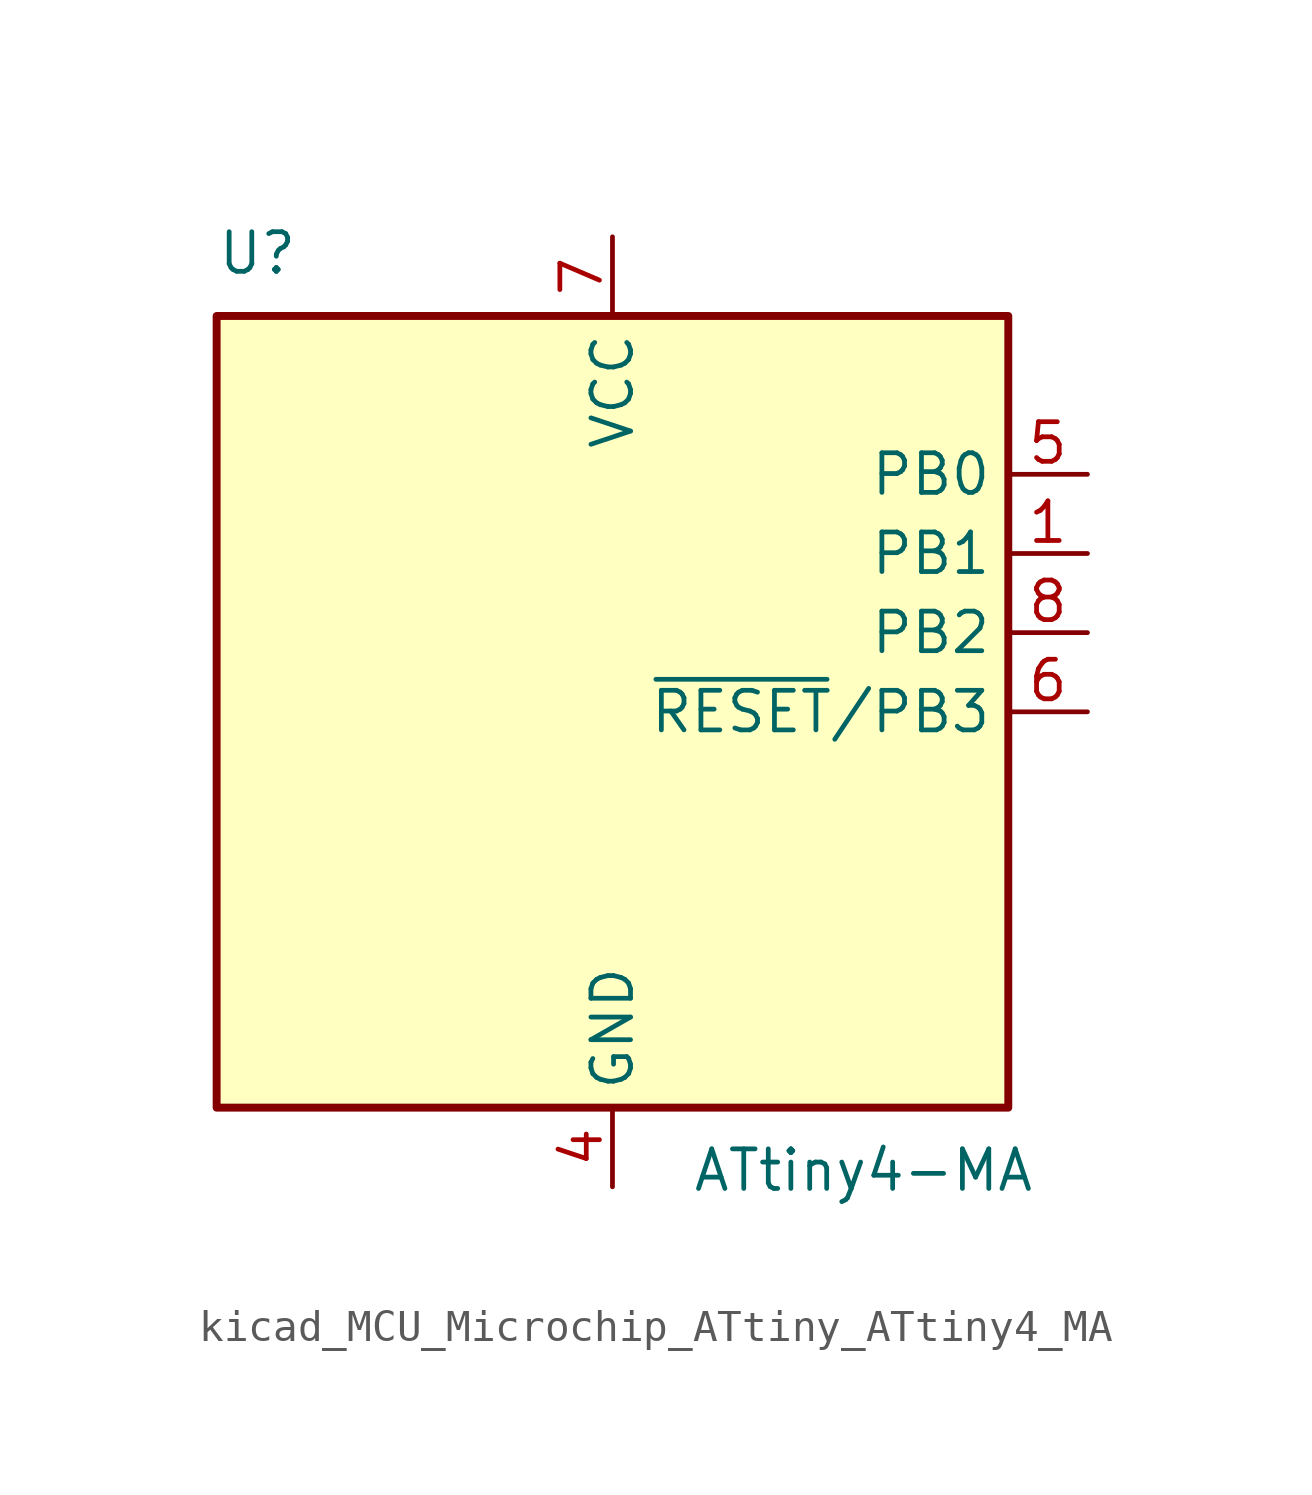
<source format=kicad_sym>
(kicad_symbol_lib
  (version 20220914)
  (generator kicad_symbol_editor)
  (symbol "kicad_MCU_Microchip_ATtiny_ATtiny4_MA"
    (property "Reference" "U"
      (at -12.7 13.97 0)
      (effects (font (size 1.27 1.27)) (justify left bottom)))
    (property "Value" "ATtiny4-MA"
      (at 2.54 -13.97 0)
      (effects (font (size 1.27 1.27)) (justify left top)))
    (symbol "kicad_MCU_Microchip_ATtiny_ATtiny4_MA_0_1"
      (rectangle (start -12.7 -12.7) (end 12.7 12.7) (stroke (width 0.254) (type default)) (fill (type background))))
    (symbol "kicad_MCU_Microchip_ATtiny_ATtiny4_MA_1_1"
      (pin bidirectional line (at 15.24 5.08 180) (length 2.54) (name "PB1" (effects (font (size 1.27 1.27)))) (number "1" (effects (font (size 1.27 1.27)))))
      (pin no_connect line (at -12.7 7.62 0) (length 2.54) hide (name "NC" (effects (font (size 1.27 1.27)))) (number "2" (effects (font (size 1.27 1.27)))))
      (pin no_connect line (at -12.7 5.08 0) (length 2.54) hide (name "NC" (effects (font (size 1.27 1.27)))) (number "3" (effects (font (size 1.27 1.27)))))
      (pin power_in line (at 0 -15.24 90) (length 2.54) (name "GND" (effects (font (size 1.27 1.27)))) (number "4" (effects (font (size 1.27 1.27)))))
      (pin bidirectional line (at 15.24 7.62 180) (length 2.54) (name "PB0" (effects (font (size 1.27 1.27)))) (number "5" (effects (font (size 1.27 1.27)))))
      (pin bidirectional line (at 15.24 0 180) (length 2.54) (name "~{RESET}/PB3" (effects (font (size 1.27 1.27)))) (number "6" (effects (font (size 1.27 1.27)))))
      (pin power_in line (at 0 15.24 270) (length 2.54) (name "VCC" (effects (font (size 1.27 1.27)))) (number "7" (effects (font (size 1.27 1.27)))))
      (pin bidirectional line (at 15.24 2.54 180) (length 2.54) (name "PB2" (effects (font (size 1.27 1.27)))) (number "8" (effects (font (size 1.27 1.27))))))))
</source>
